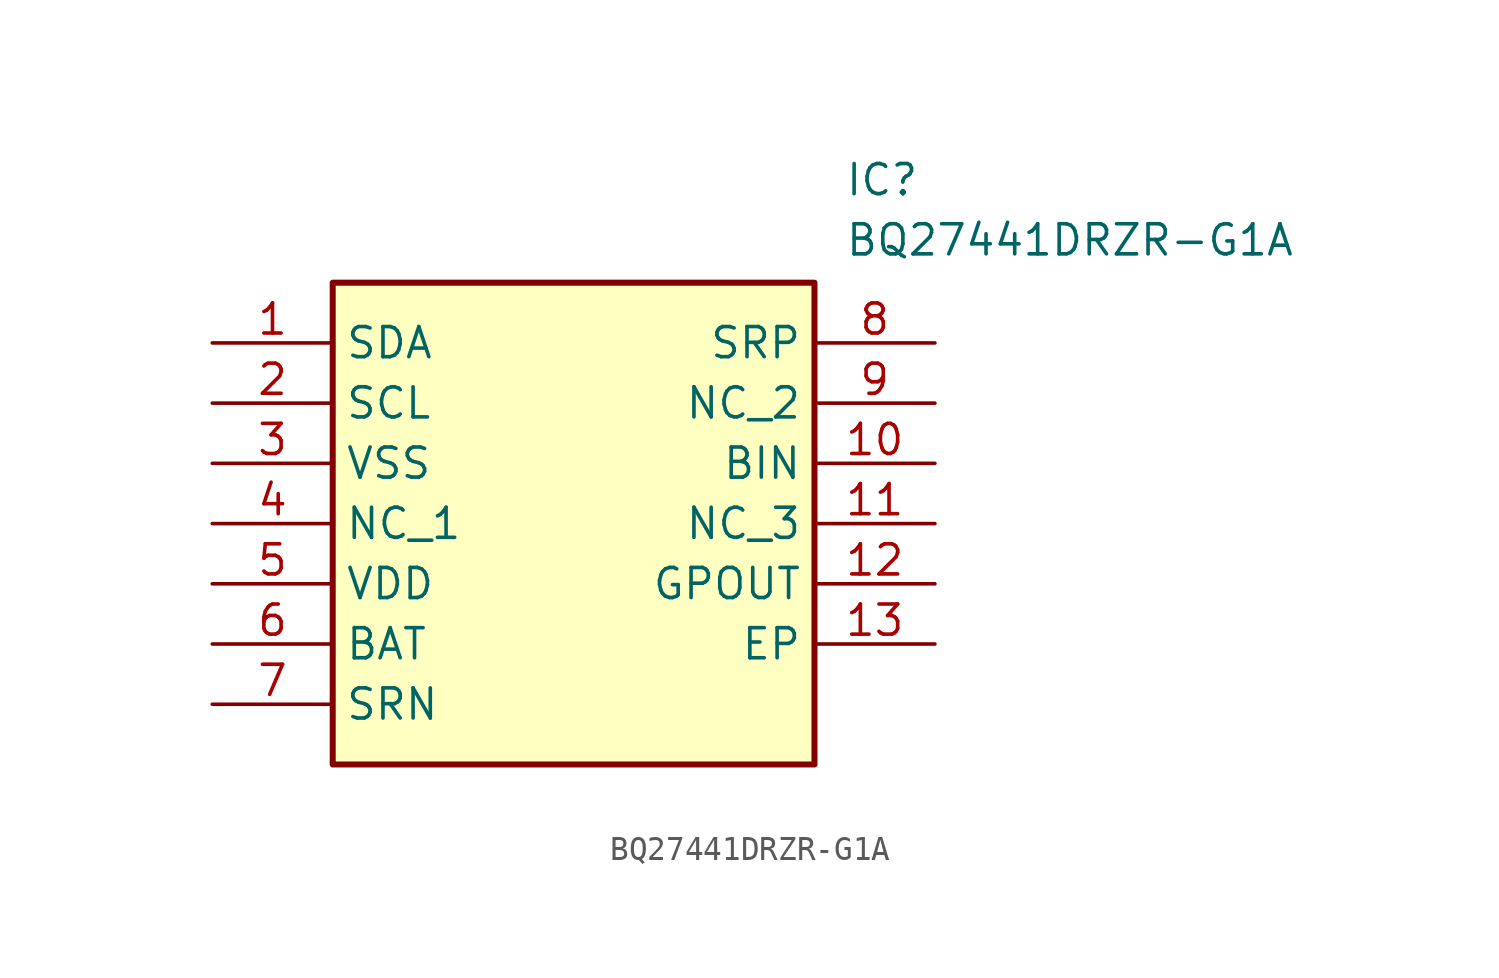
<source format=kicad_sym>
(kicad_symbol_lib
  (version 20211014)
  (generator SamacSys_ECAD_Model)
  (symbol "BQ27441DRZR-G1A"
    (property "Reference" "IC"
      (at 26.67 7.62 0)
      (effects (font (size 1.27 1.27)) (justify left top)))
    (property "Value" "BQ27441DRZR-G1A"
      (at 26.67 5.08 0)
      (effects (font (size 1.27 1.27)) (justify left top)))
    (rectangle
      (start 5.08 2.54)
      (end 25.4 -17.78)
      (stroke (width 0.254) (type default))
      (fill (type background)))
    (pin passive line
      (at 0 0 0)
      (length 5.08)
      (name "SDA" (effects (font (size 1.27 1.27))))
      (number "1" (effects (font (size 1.27 1.27)))))
    (pin passive line
      (at 0 -2.54 0)
      (length 5.08)
      (name "SCL" (effects (font (size 1.27 1.27))))
      (number "2" (effects (font (size 1.27 1.27)))))
    (pin passive line
      (at 0 -5.08 0)
      (length 5.08)
      (name "VSS" (effects (font (size 1.27 1.27))))
      (number "3" (effects (font (size 1.27 1.27)))))
    (pin passive line
      (at 0 -7.62 0)
      (length 5.08)
      (name "NC_1" (effects (font (size 1.27 1.27))))
      (number "4" (effects (font (size 1.27 1.27)))))
    (pin passive line
      (at 0 -10.16 0)
      (length 5.08)
      (name "VDD" (effects (font (size 1.27 1.27))))
      (number "5" (effects (font (size 1.27 1.27)))))
    (pin passive line
      (at 0 -12.7 0)
      (length 5.08)
      (name "BAT" (effects (font (size 1.27 1.27))))
      (number "6" (effects (font (size 1.27 1.27)))))
    (pin passive line
      (at 0 -15.24 0)
      (length 5.08)
      (name "SRN" (effects (font (size 1.27 1.27))))
      (number "7" (effects (font (size 1.27 1.27)))))
    (pin passive line
      (at 30.48 0 180)
      (length 5.08)
      (name "SRP" (effects (font (size 1.27 1.27))))
      (number "8" (effects (font (size 1.27 1.27)))))
    (pin passive line
      (at 30.48 -2.54 180)
      (length 5.08)
      (name "NC_2" (effects (font (size 1.27 1.27))))
      (number "9" (effects (font (size 1.27 1.27)))))
    (pin passive line
      (at 30.48 -5.08 180)
      (length 5.08)
      (name "BIN" (effects (font (size 1.27 1.27))))
      (number "10" (effects (font (size 1.27 1.27)))))
    (pin passive line
      (at 30.48 -7.62 180)
      (length 5.08)
      (name "NC_3" (effects (font (size 1.27 1.27))))
      (number "11" (effects (font (size 1.27 1.27)))))
    (pin passive line
      (at 30.48 -10.16 180)
      (length 5.08)
      (name "GPOUT" (effects (font (size 1.27 1.27))))
      (number "12" (effects (font (size 1.27 1.27)))))
    (pin passive line
      (at 30.48 -12.7 180)
      (length 5.08)
      (name "EP" (effects (font (size 1.27 1.27))))
      (number "13" (effects (font (size 1.27 1.27)))))))
</source>
